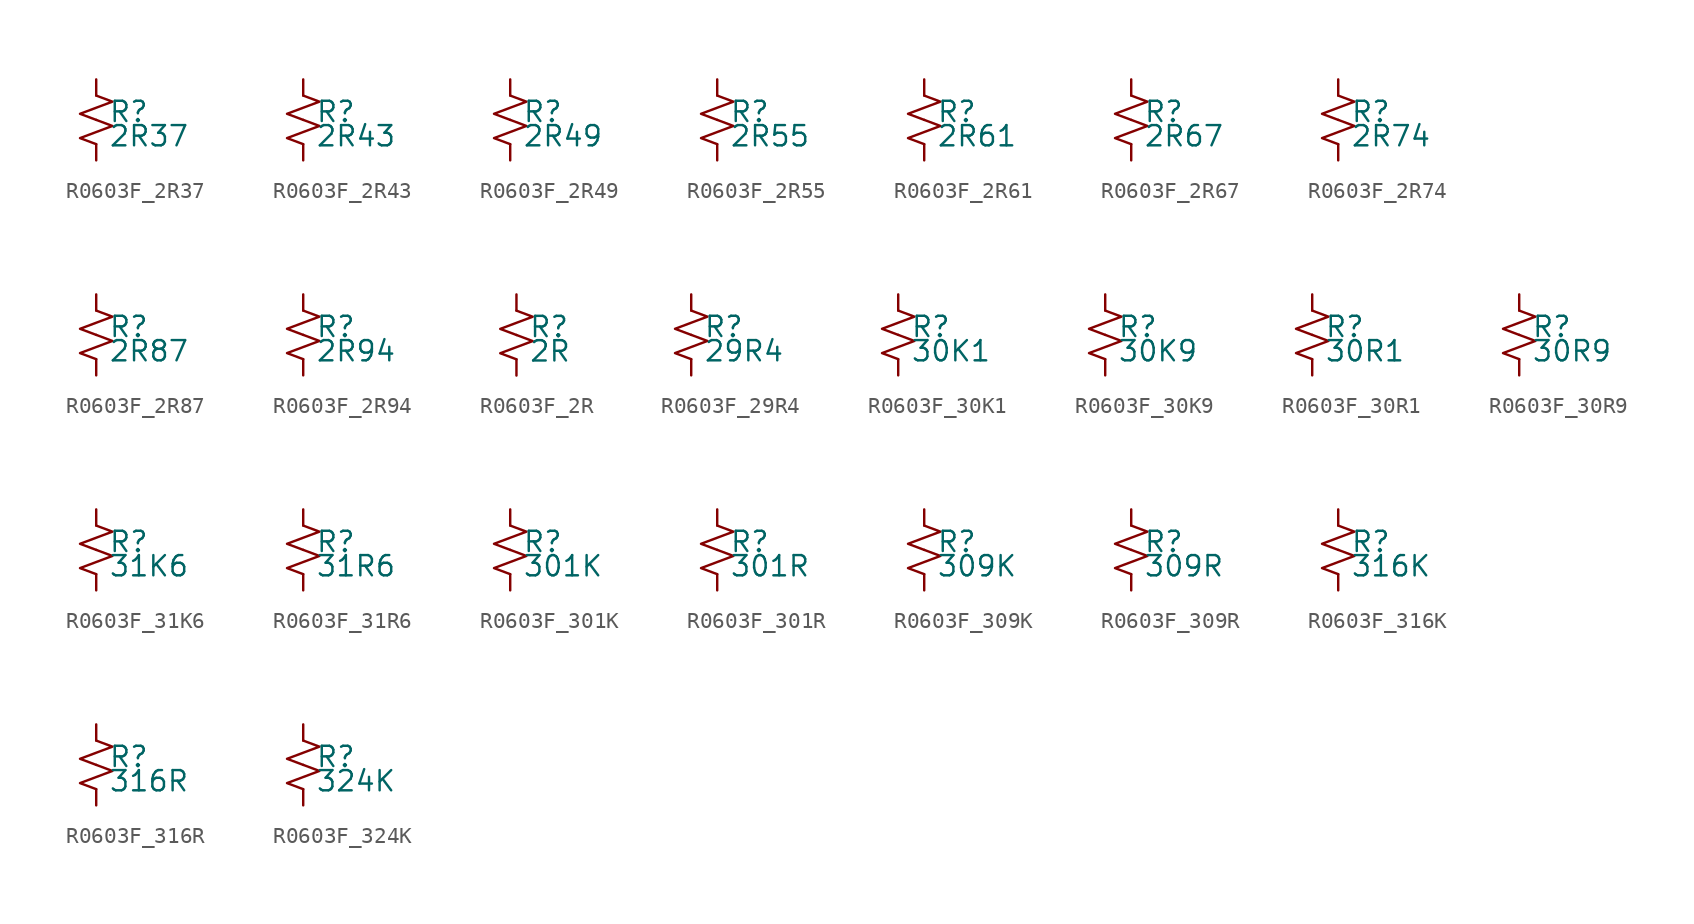
<source format=kicad_sym>
(kicad_symbol_lib
  (version 20220914)
  (generator kicad_symbol_editor)
  (symbol "R0603F_2R37"
    (pin_numbers hide)
    (pin_names
      (offset 0.254) hide)
    (property "Reference" "R"
      (at 0.762 0.508 0)
      (effects (font (size 1.27 1.27)) (justify left)))
    (property "Value" "2R37"
      (at 0.762 -1.016 0)
      (effects (font (size 1.27 1.27)) (justify left)))
    (symbol "R0603F_2R37_1_1"
      (polyline (pts (xy 0 0) (xy 1.016 -0.381) (xy 0 -0.762) (xy -1.016 -1.143) (xy 0 -1.524)) (stroke (width 0) (type default)) (fill (type none)))
      (polyline (pts (xy 0 1.524) (xy 1.016 1.143) (xy 0 0.762) (xy -1.016 0.381) (xy 0 0)) (stroke (width 0) (type default)) (fill (type none)))
      (pin passive line (at 0 2.54 270) (length 1.016) (name "~" (effects (font (size 1.27 1.27)))) (number "1" (effects (font (size 1.27 1.27)))))
      (pin passive line (at 0 -2.54 90) (length 1.016) (name "~" (effects (font (size 1.27 1.27)))) (number "2" (effects (font (size 1.27 1.27)))))))
  (symbol "R0603F_2R43"
    (pin_numbers hide)
    (pin_names
      (offset 0.254) hide)
    (property "Reference" "R"
      (at 0.762 0.508 0)
      (effects (font (size 1.27 1.27)) (justify left)))
    (property "Value" "2R43"
      (at 0.762 -1.016 0)
      (effects (font (size 1.27 1.27)) (justify left)))
    (symbol "R0603F_2R43_1_1"
      (polyline (pts (xy 0 0) (xy 1.016 -0.381) (xy 0 -0.762) (xy -1.016 -1.143) (xy 0 -1.524)) (stroke (width 0) (type default)) (fill (type none)))
      (polyline (pts (xy 0 1.524) (xy 1.016 1.143) (xy 0 0.762) (xy -1.016 0.381) (xy 0 0)) (stroke (width 0) (type default)) (fill (type none)))
      (pin passive line (at 0 2.54 270) (length 1.016) (name "~" (effects (font (size 1.27 1.27)))) (number "1" (effects (font (size 1.27 1.27)))))
      (pin passive line (at 0 -2.54 90) (length 1.016) (name "~" (effects (font (size 1.27 1.27)))) (number "2" (effects (font (size 1.27 1.27)))))))
  (symbol "R0603F_2R49"
    (pin_numbers hide)
    (pin_names
      (offset 0.254) hide)
    (property "Reference" "R"
      (at 0.762 0.508 0)
      (effects (font (size 1.27 1.27)) (justify left)))
    (property "Value" "2R49"
      (at 0.762 -1.016 0)
      (effects (font (size 1.27 1.27)) (justify left)))
    (symbol "R0603F_2R49_1_1"
      (polyline (pts (xy 0 0) (xy 1.016 -0.381) (xy 0 -0.762) (xy -1.016 -1.143) (xy 0 -1.524)) (stroke (width 0) (type default)) (fill (type none)))
      (polyline (pts (xy 0 1.524) (xy 1.016 1.143) (xy 0 0.762) (xy -1.016 0.381) (xy 0 0)) (stroke (width 0) (type default)) (fill (type none)))
      (pin passive line (at 0 2.54 270) (length 1.016) (name "~" (effects (font (size 1.27 1.27)))) (number "1" (effects (font (size 1.27 1.27)))))
      (pin passive line (at 0 -2.54 90) (length 1.016) (name "~" (effects (font (size 1.27 1.27)))) (number "2" (effects (font (size 1.27 1.27)))))))
  (symbol "R0603F_2R55"
    (pin_numbers hide)
    (pin_names
      (offset 0.254) hide)
    (property "Reference" "R"
      (at 0.762 0.508 0)
      (effects (font (size 1.27 1.27)) (justify left)))
    (property "Value" "2R55"
      (at 0.762 -1.016 0)
      (effects (font (size 1.27 1.27)) (justify left)))
    (symbol "R0603F_2R55_1_1"
      (polyline (pts (xy 0 0) (xy 1.016 -0.381) (xy 0 -0.762) (xy -1.016 -1.143) (xy 0 -1.524)) (stroke (width 0) (type default)) (fill (type none)))
      (polyline (pts (xy 0 1.524) (xy 1.016 1.143) (xy 0 0.762) (xy -1.016 0.381) (xy 0 0)) (stroke (width 0) (type default)) (fill (type none)))
      (pin passive line (at 0 2.54 270) (length 1.016) (name "~" (effects (font (size 1.27 1.27)))) (number "1" (effects (font (size 1.27 1.27)))))
      (pin passive line (at 0 -2.54 90) (length 1.016) (name "~" (effects (font (size 1.27 1.27)))) (number "2" (effects (font (size 1.27 1.27)))))))
  (symbol "R0603F_2R61"
    (pin_numbers hide)
    (pin_names
      (offset 0.254) hide)
    (property "Reference" "R"
      (at 0.762 0.508 0)
      (effects (font (size 1.27 1.27)) (justify left)))
    (property "Value" "2R61"
      (at 0.762 -1.016 0)
      (effects (font (size 1.27 1.27)) (justify left)))
    (symbol "R0603F_2R61_1_1"
      (polyline (pts (xy 0 0) (xy 1.016 -0.381) (xy 0 -0.762) (xy -1.016 -1.143) (xy 0 -1.524)) (stroke (width 0) (type default)) (fill (type none)))
      (polyline (pts (xy 0 1.524) (xy 1.016 1.143) (xy 0 0.762) (xy -1.016 0.381) (xy 0 0)) (stroke (width 0) (type default)) (fill (type none)))
      (pin passive line (at 0 2.54 270) (length 1.016) (name "~" (effects (font (size 1.27 1.27)))) (number "1" (effects (font (size 1.27 1.27)))))
      (pin passive line (at 0 -2.54 90) (length 1.016) (name "~" (effects (font (size 1.27 1.27)))) (number "2" (effects (font (size 1.27 1.27)))))))
  (symbol "R0603F_2R67"
    (pin_numbers hide)
    (pin_names
      (offset 0.254) hide)
    (property "Reference" "R"
      (at 0.762 0.508 0)
      (effects (font (size 1.27 1.27)) (justify left)))
    (property "Value" "2R67"
      (at 0.762 -1.016 0)
      (effects (font (size 1.27 1.27)) (justify left)))
    (symbol "R0603F_2R67_1_1"
      (polyline (pts (xy 0 0) (xy 1.016 -0.381) (xy 0 -0.762) (xy -1.016 -1.143) (xy 0 -1.524)) (stroke (width 0) (type default)) (fill (type none)))
      (polyline (pts (xy 0 1.524) (xy 1.016 1.143) (xy 0 0.762) (xy -1.016 0.381) (xy 0 0)) (stroke (width 0) (type default)) (fill (type none)))
      (pin passive line (at 0 2.54 270) (length 1.016) (name "~" (effects (font (size 1.27 1.27)))) (number "1" (effects (font (size 1.27 1.27)))))
      (pin passive line (at 0 -2.54 90) (length 1.016) (name "~" (effects (font (size 1.27 1.27)))) (number "2" (effects (font (size 1.27 1.27)))))))
  (symbol "R0603F_2R74"
    (pin_numbers hide)
    (pin_names
      (offset 0.254) hide)
    (property "Reference" "R"
      (at 0.762 0.508 0)
      (effects (font (size 1.27 1.27)) (justify left)))
    (property "Value" "2R74"
      (at 0.762 -1.016 0)
      (effects (font (size 1.27 1.27)) (justify left)))
    (symbol "R0603F_2R74_1_1"
      (polyline (pts (xy 0 0) (xy 1.016 -0.381) (xy 0 -0.762) (xy -1.016 -1.143) (xy 0 -1.524)) (stroke (width 0) (type default)) (fill (type none)))
      (polyline (pts (xy 0 1.524) (xy 1.016 1.143) (xy 0 0.762) (xy -1.016 0.381) (xy 0 0)) (stroke (width 0) (type default)) (fill (type none)))
      (pin passive line (at 0 2.54 270) (length 1.016) (name "~" (effects (font (size 1.27 1.27)))) (number "1" (effects (font (size 1.27 1.27)))))
      (pin passive line (at 0 -2.54 90) (length 1.016) (name "~" (effects (font (size 1.27 1.27)))) (number "2" (effects (font (size 1.27 1.27)))))))
  (symbol "R0603F_2R87"
    (pin_numbers hide)
    (pin_names
      (offset 0.254) hide)
    (property "Reference" "R"
      (at 0.762 0.508 0)
      (effects (font (size 1.27 1.27)) (justify left)))
    (property "Value" "2R87"
      (at 0.762 -1.016 0)
      (effects (font (size 1.27 1.27)) (justify left)))
    (symbol "R0603F_2R87_1_1"
      (polyline (pts (xy 0 0) (xy 1.016 -0.381) (xy 0 -0.762) (xy -1.016 -1.143) (xy 0 -1.524)) (stroke (width 0) (type default)) (fill (type none)))
      (polyline (pts (xy 0 1.524) (xy 1.016 1.143) (xy 0 0.762) (xy -1.016 0.381) (xy 0 0)) (stroke (width 0) (type default)) (fill (type none)))
      (pin passive line (at 0 2.54 270) (length 1.016) (name "~" (effects (font (size 1.27 1.27)))) (number "1" (effects (font (size 1.27 1.27)))))
      (pin passive line (at 0 -2.54 90) (length 1.016) (name "~" (effects (font (size 1.27 1.27)))) (number "2" (effects (font (size 1.27 1.27)))))))
  (symbol "R0603F_2R94"
    (pin_numbers hide)
    (pin_names
      (offset 0.254) hide)
    (property "Reference" "R"
      (at 0.762 0.508 0)
      (effects (font (size 1.27 1.27)) (justify left)))
    (property "Value" "2R94"
      (at 0.762 -1.016 0)
      (effects (font (size 1.27 1.27)) (justify left)))
    (symbol "R0603F_2R94_1_1"
      (polyline (pts (xy 0 0) (xy 1.016 -0.381) (xy 0 -0.762) (xy -1.016 -1.143) (xy 0 -1.524)) (stroke (width 0) (type default)) (fill (type none)))
      (polyline (pts (xy 0 1.524) (xy 1.016 1.143) (xy 0 0.762) (xy -1.016 0.381) (xy 0 0)) (stroke (width 0) (type default)) (fill (type none)))
      (pin passive line (at 0 2.54 270) (length 1.016) (name "~" (effects (font (size 1.27 1.27)))) (number "1" (effects (font (size 1.27 1.27)))))
      (pin passive line (at 0 -2.54 90) (length 1.016) (name "~" (effects (font (size 1.27 1.27)))) (number "2" (effects (font (size 1.27 1.27)))))))
  (symbol "R0603F_2R"
    (pin_numbers hide)
    (pin_names
      (offset 0.254) hide)
    (property "Reference" "R"
      (at 0.762 0.508 0)
      (effects (font (size 1.27 1.27)) (justify left)))
    (property "Value" "2R"
      (at 0.762 -1.016 0)
      (effects (font (size 1.27 1.27)) (justify left)))
    (symbol "R0603F_2R_1_1"
      (polyline (pts (xy 0 0) (xy 1.016 -0.381) (xy 0 -0.762) (xy -1.016 -1.143) (xy 0 -1.524)) (stroke (width 0) (type default)) (fill (type none)))
      (polyline (pts (xy 0 1.524) (xy 1.016 1.143) (xy 0 0.762) (xy -1.016 0.381) (xy 0 0)) (stroke (width 0) (type default)) (fill (type none)))
      (pin passive line (at 0 2.54 270) (length 1.016) (name "~" (effects (font (size 1.27 1.27)))) (number "1" (effects (font (size 1.27 1.27)))))
      (pin passive line (at 0 -2.54 90) (length 1.016) (name "~" (effects (font (size 1.27 1.27)))) (number "2" (effects (font (size 1.27 1.27)))))))
  (symbol "R0603F_29R4"
    (pin_numbers hide)
    (pin_names
      (offset 0.254) hide)
    (property "Reference" "R"
      (at 0.762 0.508 0)
      (effects (font (size 1.27 1.27)) (justify left)))
    (property "Value" "29R4"
      (at 0.762 -1.016 0)
      (effects (font (size 1.27 1.27)) (justify left)))
    (symbol "R0603F_29R4_1_1"
      (polyline (pts (xy 0 0) (xy 1.016 -0.381) (xy 0 -0.762) (xy -1.016 -1.143) (xy 0 -1.524)) (stroke (width 0) (type default)) (fill (type none)))
      (polyline (pts (xy 0 1.524) (xy 1.016 1.143) (xy 0 0.762) (xy -1.016 0.381) (xy 0 0)) (stroke (width 0) (type default)) (fill (type none)))
      (pin passive line (at 0 2.54 270) (length 1.016) (name "~" (effects (font (size 1.27 1.27)))) (number "1" (effects (font (size 1.27 1.27)))))
      (pin passive line (at 0 -2.54 90) (length 1.016) (name "~" (effects (font (size 1.27 1.27)))) (number "2" (effects (font (size 1.27 1.27)))))))
  (symbol "R0603F_30K1"
    (pin_numbers hide)
    (pin_names
      (offset 0.254) hide)
    (property "Reference" "R"
      (at 0.762 0.508 0)
      (effects (font (size 1.27 1.27)) (justify left)))
    (property "Value" "30K1"
      (at 0.762 -1.016 0)
      (effects (font (size 1.27 1.27)) (justify left)))
    (symbol "R0603F_30K1_1_1"
      (polyline (pts (xy 0 0) (xy 1.016 -0.381) (xy 0 -0.762) (xy -1.016 -1.143) (xy 0 -1.524)) (stroke (width 0) (type default)) (fill (type none)))
      (polyline (pts (xy 0 1.524) (xy 1.016 1.143) (xy 0 0.762) (xy -1.016 0.381) (xy 0 0)) (stroke (width 0) (type default)) (fill (type none)))
      (pin passive line (at 0 2.54 270) (length 1.016) (name "~" (effects (font (size 1.27 1.27)))) (number "1" (effects (font (size 1.27 1.27)))))
      (pin passive line (at 0 -2.54 90) (length 1.016) (name "~" (effects (font (size 1.27 1.27)))) (number "2" (effects (font (size 1.27 1.27)))))))
  (symbol "R0603F_30K9"
    (pin_numbers hide)
    (pin_names
      (offset 0.254) hide)
    (property "Reference" "R"
      (at 0.762 0.508 0)
      (effects (font (size 1.27 1.27)) (justify left)))
    (property "Value" "30K9"
      (at 0.762 -1.016 0)
      (effects (font (size 1.27 1.27)) (justify left)))
    (symbol "R0603F_30K9_1_1"
      (polyline (pts (xy 0 0) (xy 1.016 -0.381) (xy 0 -0.762) (xy -1.016 -1.143) (xy 0 -1.524)) (stroke (width 0) (type default)) (fill (type none)))
      (polyline (pts (xy 0 1.524) (xy 1.016 1.143) (xy 0 0.762) (xy -1.016 0.381) (xy 0 0)) (stroke (width 0) (type default)) (fill (type none)))
      (pin passive line (at 0 2.54 270) (length 1.016) (name "~" (effects (font (size 1.27 1.27)))) (number "1" (effects (font (size 1.27 1.27)))))
      (pin passive line (at 0 -2.54 90) (length 1.016) (name "~" (effects (font (size 1.27 1.27)))) (number "2" (effects (font (size 1.27 1.27)))))))
  (symbol "R0603F_30R1"
    (pin_numbers hide)
    (pin_names
      (offset 0.254) hide)
    (property "Reference" "R"
      (at 0.762 0.508 0)
      (effects (font (size 1.27 1.27)) (justify left)))
    (property "Value" "30R1"
      (at 0.762 -1.016 0)
      (effects (font (size 1.27 1.27)) (justify left)))
    (symbol "R0603F_30R1_1_1"
      (polyline (pts (xy 0 0) (xy 1.016 -0.381) (xy 0 -0.762) (xy -1.016 -1.143) (xy 0 -1.524)) (stroke (width 0) (type default)) (fill (type none)))
      (polyline (pts (xy 0 1.524) (xy 1.016 1.143) (xy 0 0.762) (xy -1.016 0.381) (xy 0 0)) (stroke (width 0) (type default)) (fill (type none)))
      (pin passive line (at 0 2.54 270) (length 1.016) (name "~" (effects (font (size 1.27 1.27)))) (number "1" (effects (font (size 1.27 1.27)))))
      (pin passive line (at 0 -2.54 90) (length 1.016) (name "~" (effects (font (size 1.27 1.27)))) (number "2" (effects (font (size 1.27 1.27)))))))
  (symbol "R0603F_30R9"
    (pin_numbers hide)
    (pin_names
      (offset 0.254) hide)
    (property "Reference" "R"
      (at 0.762 0.508 0)
      (effects (font (size 1.27 1.27)) (justify left)))
    (property "Value" "30R9"
      (at 0.762 -1.016 0)
      (effects (font (size 1.27 1.27)) (justify left)))
    (symbol "R0603F_30R9_1_1"
      (polyline (pts (xy 0 0) (xy 1.016 -0.381) (xy 0 -0.762) (xy -1.016 -1.143) (xy 0 -1.524)) (stroke (width 0) (type default)) (fill (type none)))
      (polyline (pts (xy 0 1.524) (xy 1.016 1.143) (xy 0 0.762) (xy -1.016 0.381) (xy 0 0)) (stroke (width 0) (type default)) (fill (type none)))
      (pin passive line (at 0 2.54 270) (length 1.016) (name "~" (effects (font (size 1.27 1.27)))) (number "1" (effects (font (size 1.27 1.27)))))
      (pin passive line (at 0 -2.54 90) (length 1.016) (name "~" (effects (font (size 1.27 1.27)))) (number "2" (effects (font (size 1.27 1.27)))))))
  (symbol "R0603F_31K6"
    (pin_numbers hide)
    (pin_names
      (offset 0.254) hide)
    (property "Reference" "R"
      (at 0.762 0.508 0)
      (effects (font (size 1.27 1.27)) (justify left)))
    (property "Value" "31K6"
      (at 0.762 -1.016 0)
      (effects (font (size 1.27 1.27)) (justify left)))
    (symbol "R0603F_31K6_1_1"
      (polyline (pts (xy 0 0) (xy 1.016 -0.381) (xy 0 -0.762) (xy -1.016 -1.143) (xy 0 -1.524)) (stroke (width 0) (type default)) (fill (type none)))
      (polyline (pts (xy 0 1.524) (xy 1.016 1.143) (xy 0 0.762) (xy -1.016 0.381) (xy 0 0)) (stroke (width 0) (type default)) (fill (type none)))
      (pin passive line (at 0 2.54 270) (length 1.016) (name "~" (effects (font (size 1.27 1.27)))) (number "1" (effects (font (size 1.27 1.27)))))
      (pin passive line (at 0 -2.54 90) (length 1.016) (name "~" (effects (font (size 1.27 1.27)))) (number "2" (effects (font (size 1.27 1.27)))))))
  (symbol "R0603F_31R6"
    (pin_numbers hide)
    (pin_names
      (offset 0.254) hide)
    (property "Reference" "R"
      (at 0.762 0.508 0)
      (effects (font (size 1.27 1.27)) (justify left)))
    (property "Value" "31R6"
      (at 0.762 -1.016 0)
      (effects (font (size 1.27 1.27)) (justify left)))
    (symbol "R0603F_31R6_1_1"
      (polyline (pts (xy 0 0) (xy 1.016 -0.381) (xy 0 -0.762) (xy -1.016 -1.143) (xy 0 -1.524)) (stroke (width 0) (type default)) (fill (type none)))
      (polyline (pts (xy 0 1.524) (xy 1.016 1.143) (xy 0 0.762) (xy -1.016 0.381) (xy 0 0)) (stroke (width 0) (type default)) (fill (type none)))
      (pin passive line (at 0 2.54 270) (length 1.016) (name "~" (effects (font (size 1.27 1.27)))) (number "1" (effects (font (size 1.27 1.27)))))
      (pin passive line (at 0 -2.54 90) (length 1.016) (name "~" (effects (font (size 1.27 1.27)))) (number "2" (effects (font (size 1.27 1.27)))))))
  (symbol "R0603F_301K"
    (pin_numbers hide)
    (pin_names
      (offset 0.254) hide)
    (property "Reference" "R"
      (at 0.762 0.508 0)
      (effects (font (size 1.27 1.27)) (justify left)))
    (property "Value" "301K"
      (at 0.762 -1.016 0)
      (effects (font (size 1.27 1.27)) (justify left)))
    (symbol "R0603F_301K_1_1"
      (polyline (pts (xy 0 0) (xy 1.016 -0.381) (xy 0 -0.762) (xy -1.016 -1.143) (xy 0 -1.524)) (stroke (width 0) (type default)) (fill (type none)))
      (polyline (pts (xy 0 1.524) (xy 1.016 1.143) (xy 0 0.762) (xy -1.016 0.381) (xy 0 0)) (stroke (width 0) (type default)) (fill (type none)))
      (pin passive line (at 0 2.54 270) (length 1.016) (name "~" (effects (font (size 1.27 1.27)))) (number "1" (effects (font (size 1.27 1.27)))))
      (pin passive line (at 0 -2.54 90) (length 1.016) (name "~" (effects (font (size 1.27 1.27)))) (number "2" (effects (font (size 1.27 1.27)))))))
  (symbol "R0603F_301R"
    (pin_numbers hide)
    (pin_names
      (offset 0.254) hide)
    (property "Reference" "R"
      (at 0.762 0.508 0)
      (effects (font (size 1.27 1.27)) (justify left)))
    (property "Value" "301R"
      (at 0.762 -1.016 0)
      (effects (font (size 1.27 1.27)) (justify left)))
    (symbol "R0603F_301R_1_1"
      (polyline (pts (xy 0 0) (xy 1.016 -0.381) (xy 0 -0.762) (xy -1.016 -1.143) (xy 0 -1.524)) (stroke (width 0) (type default)) (fill (type none)))
      (polyline (pts (xy 0 1.524) (xy 1.016 1.143) (xy 0 0.762) (xy -1.016 0.381) (xy 0 0)) (stroke (width 0) (type default)) (fill (type none)))
      (pin passive line (at 0 2.54 270) (length 1.016) (name "~" (effects (font (size 1.27 1.27)))) (number "1" (effects (font (size 1.27 1.27)))))
      (pin passive line (at 0 -2.54 90) (length 1.016) (name "~" (effects (font (size 1.27 1.27)))) (number "2" (effects (font (size 1.27 1.27)))))))
  (symbol "R0603F_309K"
    (pin_numbers hide)
    (pin_names
      (offset 0.254) hide)
    (property "Reference" "R"
      (at 0.762 0.508 0)
      (effects (font (size 1.27 1.27)) (justify left)))
    (property "Value" "309K"
      (at 0.762 -1.016 0)
      (effects (font (size 1.27 1.27)) (justify left)))
    (symbol "R0603F_309K_1_1"
      (polyline (pts (xy 0 0) (xy 1.016 -0.381) (xy 0 -0.762) (xy -1.016 -1.143) (xy 0 -1.524)) (stroke (width 0) (type default)) (fill (type none)))
      (polyline (pts (xy 0 1.524) (xy 1.016 1.143) (xy 0 0.762) (xy -1.016 0.381) (xy 0 0)) (stroke (width 0) (type default)) (fill (type none)))
      (pin passive line (at 0 2.54 270) (length 1.016) (name "~" (effects (font (size 1.27 1.27)))) (number "1" (effects (font (size 1.27 1.27)))))
      (pin passive line (at 0 -2.54 90) (length 1.016) (name "~" (effects (font (size 1.27 1.27)))) (number "2" (effects (font (size 1.27 1.27)))))))
  (symbol "R0603F_309R"
    (pin_numbers hide)
    (pin_names
      (offset 0.254) hide)
    (property "Reference" "R"
      (at 0.762 0.508 0)
      (effects (font (size 1.27 1.27)) (justify left)))
    (property "Value" "309R"
      (at 0.762 -1.016 0)
      (effects (font (size 1.27 1.27)) (justify left)))
    (symbol "R0603F_309R_1_1"
      (polyline (pts (xy 0 0) (xy 1.016 -0.381) (xy 0 -0.762) (xy -1.016 -1.143) (xy 0 -1.524)) (stroke (width 0) (type default)) (fill (type none)))
      (polyline (pts (xy 0 1.524) (xy 1.016 1.143) (xy 0 0.762) (xy -1.016 0.381) (xy 0 0)) (stroke (width 0) (type default)) (fill (type none)))
      (pin passive line (at 0 2.54 270) (length 1.016) (name "~" (effects (font (size 1.27 1.27)))) (number "1" (effects (font (size 1.27 1.27)))))
      (pin passive line (at 0 -2.54 90) (length 1.016) (name "~" (effects (font (size 1.27 1.27)))) (number "2" (effects (font (size 1.27 1.27)))))))
  (symbol "R0603F_316K"
    (pin_numbers hide)
    (pin_names
      (offset 0.254) hide)
    (property "Reference" "R"
      (at 0.762 0.508 0)
      (effects (font (size 1.27 1.27)) (justify left)))
    (property "Value" "316K"
      (at 0.762 -1.016 0)
      (effects (font (size 1.27 1.27)) (justify left)))
    (symbol "R0603F_316K_1_1"
      (polyline (pts (xy 0 0) (xy 1.016 -0.381) (xy 0 -0.762) (xy -1.016 -1.143) (xy 0 -1.524)) (stroke (width 0) (type default)) (fill (type none)))
      (polyline (pts (xy 0 1.524) (xy 1.016 1.143) (xy 0 0.762) (xy -1.016 0.381) (xy 0 0)) (stroke (width 0) (type default)) (fill (type none)))
      (pin passive line (at 0 2.54 270) (length 1.016) (name "~" (effects (font (size 1.27 1.27)))) (number "1" (effects (font (size 1.27 1.27)))))
      (pin passive line (at 0 -2.54 90) (length 1.016) (name "~" (effects (font (size 1.27 1.27)))) (number "2" (effects (font (size 1.27 1.27)))))))
  (symbol "R0603F_316R"
    (pin_numbers hide)
    (pin_names
      (offset 0.254) hide)
    (property "Reference" "R"
      (at 0.762 0.508 0)
      (effects (font (size 1.27 1.27)) (justify left)))
    (property "Value" "316R"
      (at 0.762 -1.016 0)
      (effects (font (size 1.27 1.27)) (justify left)))
    (symbol "R0603F_316R_1_1"
      (polyline (pts (xy 0 0) (xy 1.016 -0.381) (xy 0 -0.762) (xy -1.016 -1.143) (xy 0 -1.524)) (stroke (width 0) (type default)) (fill (type none)))
      (polyline (pts (xy 0 1.524) (xy 1.016 1.143) (xy 0 0.762) (xy -1.016 0.381) (xy 0 0)) (stroke (width 0) (type default)) (fill (type none)))
      (pin passive line (at 0 2.54 270) (length 1.016) (name "~" (effects (font (size 1.27 1.27)))) (number "1" (effects (font (size 1.27 1.27)))))
      (pin passive line (at 0 -2.54 90) (length 1.016) (name "~" (effects (font (size 1.27 1.27)))) (number "2" (effects (font (size 1.27 1.27)))))))
  (symbol "R0603F_324K"
    (pin_numbers hide)
    (pin_names
      (offset 0.254) hide)
    (property "Reference" "R"
      (at 0.762 0.508 0)
      (effects (font (size 1.27 1.27)) (justify left)))
    (property "Value" "324K"
      (at 0.762 -1.016 0)
      (effects (font (size 1.27 1.27)) (justify left)))
    (symbol "R0603F_324K_1_1"
      (polyline (pts (xy 0 0) (xy 1.016 -0.381) (xy 0 -0.762) (xy -1.016 -1.143) (xy 0 -1.524)) (stroke (width 0) (type default)) (fill (type none)))
      (polyline (pts (xy 0 1.524) (xy 1.016 1.143) (xy 0 0.762) (xy -1.016 0.381) (xy 0 0)) (stroke (width 0) (type default)) (fill (type none)))
      (pin passive line (at 0 2.54 270) (length 1.016) (name "~" (effects (font (size 1.27 1.27)))) (number "1" (effects (font (size 1.27 1.27)))))
      (pin passive line (at 0 -2.54 90) (length 1.016) (name "~" (effects (font (size 1.27 1.27)))) (number "2" (effects (font (size 1.27 1.27))))))))
</source>
